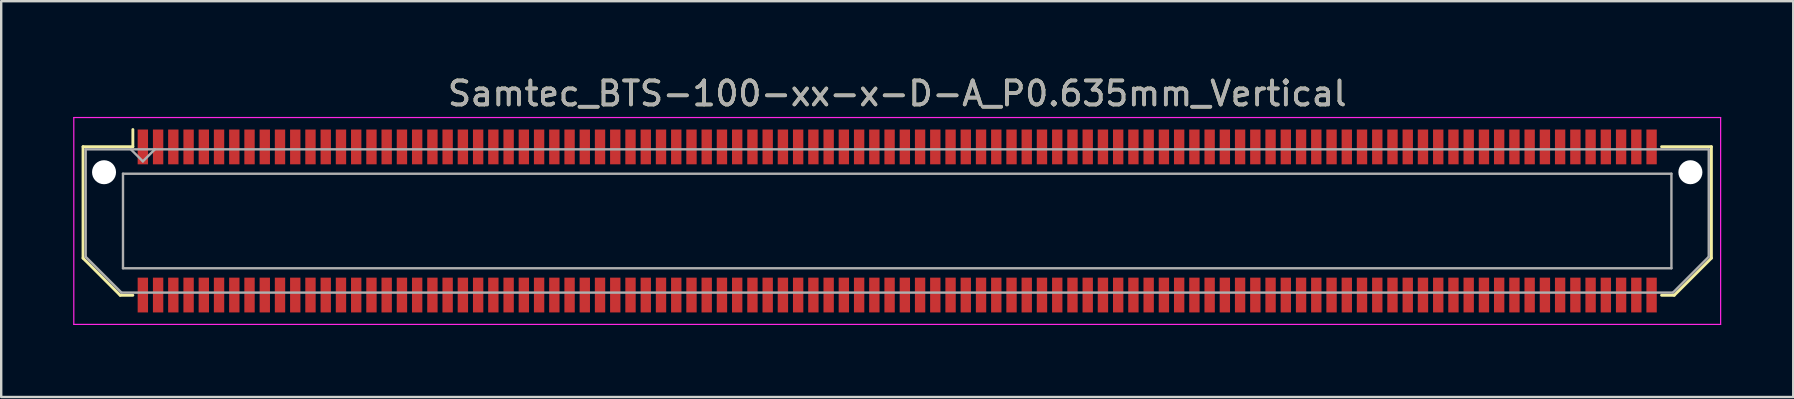
<source format=kicad_pcb>
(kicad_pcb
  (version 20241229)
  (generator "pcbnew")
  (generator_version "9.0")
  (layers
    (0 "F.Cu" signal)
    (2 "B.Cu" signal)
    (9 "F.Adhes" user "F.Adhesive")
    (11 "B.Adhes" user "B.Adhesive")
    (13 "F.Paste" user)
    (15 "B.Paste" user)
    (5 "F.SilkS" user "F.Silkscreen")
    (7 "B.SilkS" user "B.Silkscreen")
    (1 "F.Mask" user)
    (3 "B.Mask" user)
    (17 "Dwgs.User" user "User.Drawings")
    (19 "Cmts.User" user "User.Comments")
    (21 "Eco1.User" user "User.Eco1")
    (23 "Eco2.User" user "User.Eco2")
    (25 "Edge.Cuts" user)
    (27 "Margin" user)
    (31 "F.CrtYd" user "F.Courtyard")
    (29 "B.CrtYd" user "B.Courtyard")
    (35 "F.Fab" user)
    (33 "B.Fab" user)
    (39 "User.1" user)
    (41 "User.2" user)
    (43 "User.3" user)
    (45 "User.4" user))
  (footprint "Samtec_BTS-100-xx-x-D-A_P0.635mm_Vertical"
    (layer "F.Cu")
    (at 34.335 6.158)
    (property "Reference" "Samtec_BTS-100-xx-x-D-A_P0.635mm_Vertical" (at 0 -5.31 0) (layer "F.SilkS") (effects (font (size 1 1) (thickness 0.15))))
    (attr smd)
    (fp_line (start -33.925 -3.095) (end -33.925 1.548) (stroke (width 0.12) (type solid)) (layer "F.SilkS"))
    (fp_line (start -33.925 1.548) (end -32.377 3.095) (stroke (width 0.12) (type solid)) (layer "F.SilkS"))
    (fp_line (start -32.377 3.095) (end -31.849 3.095) (stroke (width 0.12) (type solid)) (layer "F.SilkS"))
    (fp_line (start -31.849 -3.811) (end -31.849 -3.095) (stroke (width 0.12) (type solid)) (layer "F.SilkS"))
    (fp_line (start -31.849 -3.095) (end -33.925 -3.095) (stroke (width 0.12) (type solid)) (layer "F.SilkS"))
    (fp_line (start 31.849 -3.095) (end 33.925 -3.095) (stroke (width 0.12) (type solid)) (layer "F.SilkS"))
    (fp_line (start 32.377 3.095) (end 31.849 3.095) (stroke (width 0.12) (type solid)) (layer "F.SilkS"))
    (fp_line (start 33.925 -3.095) (end 33.925 1.548) (stroke (width 0.12) (type solid)) (layer "F.SilkS"))
    (fp_line (start 33.925 1.548) (end 32.377 3.095) (stroke (width 0.12) (type solid)) (layer "F.SilkS"))
    (fp_line (start -34.31 -4.31) (end -34.31 4.31) (stroke (width 0.05) (type solid)) (layer "F.CrtYd"))
    (fp_line (start -34.31 4.31) (end 34.31 4.31) (stroke (width 0.05) (type solid)) (layer "F.CrtYd"))
    (fp_line (start 34.31 -4.31) (end -34.31 -4.31) (stroke (width 0.05) (type solid)) (layer "F.CrtYd"))
    (fp_line (start 34.31 4.31) (end 34.31 -4.31) (stroke (width 0.05) (type solid)) (layer "F.CrtYd"))
    (fp_line (start -33.815 -2.985) (end -33.815 1.492) (stroke (width 0.1) (type solid)) (layer "F.Fab"))
    (fp_line (start -33.815 -2.985) (end 33.815 -2.985) (stroke (width 0.1) (type solid)) (layer "F.Fab"))
    (fp_line (start -33.815 1.492) (end -32.322 2.985) (stroke (width 0.1) (type solid)) (layer "F.Fab"))
    (fp_line (start -32.322 2.985) (end 32.322 2.985) (stroke (width 0.1) (type solid)) (layer "F.Fab"))
    (fp_line (start -32.26 -1.97) (end -32.26 1.97) (stroke (width 0.1) (type solid)) (layer "F.Fab"))
    (fp_line (start -32.26 1.97) (end 32.26 1.97) (stroke (width 0.1) (type solid)) (layer "F.Fab"))
    (fp_line (start -31.433 -2.485) (end -31.933 -2.985) (stroke (width 0.1) (type solid)) (layer "F.Fab"))
    (fp_line (start -30.933 -2.985) (end -31.433 -2.485) (stroke (width 0.1) (type solid)) (layer "F.Fab"))
    (fp_line (start 32.26 -1.97) (end -32.26 -1.97) (stroke (width 0.1) (type solid)) (layer "F.Fab"))
    (fp_line (start 32.26 1.97) (end 32.26 -1.97) (stroke (width 0.1) (type solid)) (layer "F.Fab"))
    (fp_line (start 33.815 -2.985) (end 33.815 1.492) (stroke (width 0.1) (type solid)) (layer "F.Fab"))
    (fp_line (start 33.815 1.492) (end 32.322 2.985) (stroke (width 0.1) (type solid)) (layer "F.Fab"))
    (fp_text user "${REFERENCE}" (at 0 -5.31 0) (layer "F.Fab") (effects (font (size 1 1) (thickness 0.15))))
    (pad "" np_thru_hole circle (at -33.05 -2.032) (size 1 1) (drill 1) (layers "*.Cu" "*.Mask"))
    (pad "" np_thru_hole circle (at 33.05 -2.032) (size 1 1) (drill 1) (layers "*.Cu" "*.Mask"))
    (pad "1" smd rect (at -31.433 -3.086) (size 0.432 1.45) (layers "F.Cu" "F.Mask" "F.Paste"))
    (pad "2" smd rect (at -31.433 3.086) (size 0.432 1.45) (layers "F.Cu" "F.Mask" "F.Paste"))
    (pad "3" smd rect (at -30.797 -3.086) (size 0.432 1.45) (layers "F.Cu" "F.Mask" "F.Paste"))
    (pad "4" smd rect (at -30.797 3.086) (size 0.432 1.45) (layers "F.Cu" "F.Mask" "F.Paste"))
    (pad "5" smd rect (at -30.163 -3.086) (size 0.432 1.45) (layers "F.Cu" "F.Mask" "F.Paste"))
    (pad "6" smd rect (at -30.163 3.086) (size 0.432 1.45) (layers "F.Cu" "F.Mask" "F.Paste"))
    (pad "7" smd rect (at -29.527 -3.086) (size 0.432 1.45) (layers "F.Cu" "F.Mask" "F.Paste"))
    (pad "8" smd rect (at -29.527 3.086) (size 0.432 1.45) (layers "F.Cu" "F.Mask" "F.Paste"))
    (pad "9" smd rect (at -28.892 -3.086) (size 0.432 1.45) (layers "F.Cu" "F.Mask" "F.Paste"))
    (pad "10" smd rect (at -28.892 3.086) (size 0.432 1.45) (layers "F.Cu" "F.Mask" "F.Paste"))
    (pad "11" smd rect (at -28.258 -3.086) (size 0.432 1.45) (layers "F.Cu" "F.Mask" "F.Paste"))
    (pad "12" smd rect (at -28.258 3.086) (size 0.432 1.45) (layers "F.Cu" "F.Mask" "F.Paste"))
    (pad "13" smd rect (at -27.622 -3.086) (size 0.432 1.45) (layers "F.Cu" "F.Mask" "F.Paste"))
    (pad "14" smd rect (at -27.622 3.086) (size 0.432 1.45) (layers "F.Cu" "F.Mask" "F.Paste"))
    (pad "15" smd rect (at -26.988 -3.086) (size 0.432 1.45) (layers "F.Cu" "F.Mask" "F.Paste"))
    (pad "16" smd rect (at -26.988 3.086) (size 0.432 1.45) (layers "F.Cu" "F.Mask" "F.Paste"))
    (pad "17" smd rect (at -26.352 -3.086) (size 0.432 1.45) (layers "F.Cu" "F.Mask" "F.Paste"))
    (pad "18" smd rect (at -26.352 3.086) (size 0.432 1.45) (layers "F.Cu" "F.Mask" "F.Paste"))
    (pad "19" smd rect (at -25.718 -3.086) (size 0.432 1.45) (layers "F.Cu" "F.Mask" "F.Paste"))
    (pad "20" smd rect (at -25.718 3.086) (size 0.432 1.45) (layers "F.Cu" "F.Mask" "F.Paste"))
    (pad "21" smd rect (at -25.082 -3.086) (size 0.432 1.45) (layers "F.Cu" "F.Mask" "F.Paste"))
    (pad "22" smd rect (at -25.082 3.086) (size 0.432 1.45) (layers "F.Cu" "F.Mask" "F.Paste"))
    (pad "23" smd rect (at -24.448 -3.086) (size 0.432 1.45) (layers "F.Cu" "F.Mask" "F.Paste"))
    (pad "24" smd rect (at -24.448 3.086) (size 0.432 1.45) (layers "F.Cu" "F.Mask" "F.Paste"))
    (pad "25" smd rect (at -23.812 -3.086) (size 0.432 1.45) (layers "F.Cu" "F.Mask" "F.Paste"))
    (pad "26" smd rect (at -23.812 3.086) (size 0.432 1.45) (layers "F.Cu" "F.Mask" "F.Paste"))
    (pad "27" smd rect (at -23.177 -3.086) (size 0.432 1.45) (layers "F.Cu" "F.Mask" "F.Paste"))
    (pad "28" smd rect (at -23.177 3.086) (size 0.432 1.45) (layers "F.Cu" "F.Mask" "F.Paste"))
    (pad "29" smd rect (at -22.543 -3.086) (size 0.432 1.45) (layers "F.Cu" "F.Mask" "F.Paste"))
    (pad "30" smd rect (at -22.543 3.086) (size 0.432 1.45) (layers "F.Cu" "F.Mask" "F.Paste"))
    (pad "31" smd rect (at -21.907 -3.086) (size 0.432 1.45) (layers "F.Cu" "F.Mask" "F.Paste"))
    (pad "32" smd rect (at -21.907 3.086) (size 0.432 1.45) (layers "F.Cu" "F.Mask" "F.Paste"))
    (pad "33" smd rect (at -21.273 -3.086) (size 0.432 1.45) (layers "F.Cu" "F.Mask" "F.Paste"))
    (pad "34" smd rect (at -21.273 3.086) (size 0.432 1.45) (layers "F.Cu" "F.Mask" "F.Paste"))
    (pad "35" smd rect (at -20.637 -3.086) (size 0.432 1.45) (layers "F.Cu" "F.Mask" "F.Paste"))
    (pad "36" smd rect (at -20.637 3.086) (size 0.432 1.45) (layers "F.Cu" "F.Mask" "F.Paste"))
    (pad "37" smd rect (at -20.003 -3.086) (size 0.432 1.45) (layers "F.Cu" "F.Mask" "F.Paste"))
    (pad "38" smd rect (at -20.003 3.086) (size 0.432 1.45) (layers "F.Cu" "F.Mask" "F.Paste"))
    (pad "39" smd rect (at -19.367 -3.086) (size 0.432 1.45) (layers "F.Cu" "F.Mask" "F.Paste"))
    (pad "40" smd rect (at -19.367 3.086) (size 0.432 1.45) (layers "F.Cu" "F.Mask" "F.Paste"))
    (pad "41" smd rect (at -18.733 -3.086) (size 0.432 1.45) (layers "F.Cu" "F.Mask" "F.Paste"))
    (pad "42" smd rect (at -18.733 3.086) (size 0.432 1.45) (layers "F.Cu" "F.Mask" "F.Paste"))
    (pad "43" smd rect (at -18.098 -3.086) (size 0.432 1.45) (layers "F.Cu" "F.Mask" "F.Paste"))
    (pad "44" smd rect (at -18.098 3.086) (size 0.432 1.45) (layers "F.Cu" "F.Mask" "F.Paste"))
    (pad "45" smd rect (at -17.462 -3.086) (size 0.432 1.45) (layers "F.Cu" "F.Mask" "F.Paste"))
    (pad "46" smd rect (at -17.462 3.086) (size 0.432 1.45) (layers "F.Cu" "F.Mask" "F.Paste"))
    (pad "47" smd rect (at -16.828 -3.086) (size 0.432 1.45) (layers "F.Cu" "F.Mask" "F.Paste"))
    (pad "48" smd rect (at -16.828 3.086) (size 0.432 1.45) (layers "F.Cu" "F.Mask" "F.Paste"))
    (pad "49" smd rect (at -16.192 -3.086) (size 0.432 1.45) (layers "F.Cu" "F.Mask" "F.Paste"))
    (pad "50" smd rect (at -16.192 3.086) (size 0.432 1.45) (layers "F.Cu" "F.Mask" "F.Paste"))
    (pad "51" smd rect (at -15.557 -3.086) (size 0.432 1.45) (layers "F.Cu" "F.Mask" "F.Paste"))
    (pad "52" smd rect (at -15.557 3.086) (size 0.432 1.45) (layers "F.Cu" "F.Mask" "F.Paste"))
    (pad "53" smd rect (at -14.922 -3.086) (size 0.432 1.45) (layers "F.Cu" "F.Mask" "F.Paste"))
    (pad "54" smd rect (at -14.922 3.086) (size 0.432 1.45) (layers "F.Cu" "F.Mask" "F.Paste"))
    (pad "55" smd rect (at -14.287 -3.086) (size 0.432 1.45) (layers "F.Cu" "F.Mask" "F.Paste"))
    (pad "56" smd rect (at -14.287 3.086) (size 0.432 1.45) (layers "F.Cu" "F.Mask" "F.Paste"))
    (pad "57" smd rect (at -13.652 -3.086) (size 0.432 1.45) (layers "F.Cu" "F.Mask" "F.Paste"))
    (pad "58" smd rect (at -13.652 3.086) (size 0.432 1.45) (layers "F.Cu" "F.Mask" "F.Paste"))
    (pad "59" smd rect (at -13.018 -3.086) (size 0.432 1.45) (layers "F.Cu" "F.Mask" "F.Paste"))
    (pad "60" smd rect (at -13.018 3.086) (size 0.432 1.45) (layers "F.Cu" "F.Mask" "F.Paste"))
    (pad "61" smd rect (at -12.383 -3.086) (size 0.432 1.45) (layers "F.Cu" "F.Mask" "F.Paste"))
    (pad "62" smd rect (at -12.383 3.086) (size 0.432 1.45) (layers "F.Cu" "F.Mask" "F.Paste"))
    (pad "63" smd rect (at -11.748 -3.086) (size 0.432 1.45) (layers "F.Cu" "F.Mask" "F.Paste"))
    (pad "64" smd rect (at -11.748 3.086) (size 0.432 1.45) (layers "F.Cu" "F.Mask" "F.Paste"))
    (pad "65" smd rect (at -11.113 -3.086) (size 0.432 1.45) (layers "F.Cu" "F.Mask" "F.Paste"))
    (pad "66" smd rect (at -11.113 3.086) (size 0.432 1.45) (layers "F.Cu" "F.Mask" "F.Paste"))
    (pad "67" smd rect (at -10.477 -3.086) (size 0.432 1.45) (layers "F.Cu" "F.Mask" "F.Paste"))
    (pad "68" smd rect (at -10.477 3.086) (size 0.432 1.45) (layers "F.Cu" "F.Mask" "F.Paste"))
    (pad "69" smd rect (at -9.842 -3.086) (size 0.432 1.45) (layers "F.Cu" "F.Mask" "F.Paste"))
    (pad "70" smd rect (at -9.842 3.086) (size 0.432 1.45) (layers "F.Cu" "F.Mask" "F.Paste"))
    (pad "71" smd rect (at -9.207 -3.086) (size 0.432 1.45) (layers "F.Cu" "F.Mask" "F.Paste"))
    (pad "72" smd rect (at -9.207 3.086) (size 0.432 1.45) (layers "F.Cu" "F.Mask" "F.Paste"))
    (pad "73" smd rect (at -8.572 -3.086) (size 0.432 1.45) (layers "F.Cu" "F.Mask" "F.Paste"))
    (pad "74" smd rect (at -8.572 3.086) (size 0.432 1.45) (layers "F.Cu" "F.Mask" "F.Paste"))
    (pad "75" smd rect (at -7.938 -3.086) (size 0.432 1.45) (layers "F.Cu" "F.Mask" "F.Paste"))
    (pad "76" smd rect (at -7.938 3.086) (size 0.432 1.45) (layers "F.Cu" "F.Mask" "F.Paste"))
    (pad "77" smd rect (at -7.303 -3.086) (size 0.432 1.45) (layers "F.Cu" "F.Mask" "F.Paste"))
    (pad "78" smd rect (at -7.303 3.086) (size 0.432 1.45) (layers "F.Cu" "F.Mask" "F.Paste"))
    (pad "79" smd rect (at -6.668 -3.086) (size 0.432 1.45) (layers "F.Cu" "F.Mask" "F.Paste"))
    (pad "80" smd rect (at -6.668 3.086) (size 0.432 1.45) (layers "F.Cu" "F.Mask" "F.Paste"))
    (pad "81" smd rect (at -6.032 -3.086) (size 0.432 1.45) (layers "F.Cu" "F.Mask" "F.Paste"))
    (pad "82" smd rect (at -6.032 3.086) (size 0.432 1.45) (layers "F.Cu" "F.Mask" "F.Paste"))
    (pad "83" smd rect (at -5.397 -3.086) (size 0.432 1.45) (layers "F.Cu" "F.Mask" "F.Paste"))
    (pad "84" smd rect (at -5.397 3.086) (size 0.432 1.45) (layers "F.Cu" "F.Mask" "F.Paste"))
    (pad "85" smd rect (at -4.763 -3.086) (size 0.432 1.45) (layers "F.Cu" "F.Mask" "F.Paste"))
    (pad "86" smd rect (at -4.763 3.086) (size 0.432 1.45) (layers "F.Cu" "F.Mask" "F.Paste"))
    (pad "87" smd rect (at -4.128 -3.086) (size 0.432 1.45) (layers "F.Cu" "F.Mask" "F.Paste"))
    (pad "88" smd rect (at -4.128 3.086) (size 0.432 1.45) (layers "F.Cu" "F.Mask" "F.Paste"))
    (pad "89" smd rect (at -3.493 -3.086) (size 0.432 1.45) (layers "F.Cu" "F.Mask" "F.Paste"))
    (pad "90" smd rect (at -3.493 3.086) (size 0.432 1.45) (layers "F.Cu" "F.Mask" "F.Paste"))
    (pad "91" smd rect (at -2.857 -3.086) (size 0.432 1.45) (layers "F.Cu" "F.Mask" "F.Paste"))
    (pad "92" smd rect (at -2.857 3.086) (size 0.432 1.45) (layers "F.Cu" "F.Mask" "F.Paste"))
    (pad "93" smd rect (at -2.223 -3.086) (size 0.432 1.45) (layers "F.Cu" "F.Mask" "F.Paste"))
    (pad "94" smd rect (at -2.223 3.086) (size 0.432 1.45) (layers "F.Cu" "F.Mask" "F.Paste"))
    (pad "95" smd rect (at -1.587 -3.086) (size 0.432 1.45) (layers "F.Cu" "F.Mask" "F.Paste"))
    (pad "96" smd rect (at -1.587 3.086) (size 0.432 1.45) (layers "F.Cu" "F.Mask" "F.Paste"))
    (pad "97" smd rect (at -0.953 -3.086) (size 0.432 1.45) (layers "F.Cu" "F.Mask" "F.Paste"))
    (pad "98" smd rect (at -0.953 3.086) (size 0.432 1.45) (layers "F.Cu" "F.Mask" "F.Paste"))
    (pad "99" smd rect (at -0.318 -3.086) (size 0.432 1.45) (layers "F.Cu" "F.Mask" "F.Paste"))
    (pad "100" smd rect (at -0.318 3.086) (size 0.432 1.45) (layers "F.Cu" "F.Mask" "F.Paste"))
    (pad "101" smd rect (at 0.318 -3.086) (size 0.432 1.45) (layers "F.Cu" "F.Mask" "F.Paste"))
    (pad "102" smd rect (at 0.318 3.086) (size 0.432 1.45) (layers "F.Cu" "F.Mask" "F.Paste"))
    (pad "103" smd rect (at 0.953 -3.086) (size 0.432 1.45) (layers "F.Cu" "F.Mask" "F.Paste"))
    (pad "104" smd rect (at 0.953 3.086) (size 0.432 1.45) (layers "F.Cu" "F.Mask" "F.Paste"))
    (pad "105" smd rect (at 1.587 -3.086) (size 0.432 1.45) (layers "F.Cu" "F.Mask" "F.Paste"))
    (pad "106" smd rect (at 1.587 3.086) (size 0.432 1.45) (layers "F.Cu" "F.Mask" "F.Paste"))
    (pad "107" smd rect (at 2.223 -3.086) (size 0.432 1.45) (layers "F.Cu" "F.Mask" "F.Paste"))
    (pad "108" smd rect (at 2.223 3.086) (size 0.432 1.45) (layers "F.Cu" "F.Mask" "F.Paste"))
    (pad "109" smd rect (at 2.857 -3.086) (size 0.432 1.45) (layers "F.Cu" "F.Mask" "F.Paste"))
    (pad "110" smd rect (at 2.857 3.086) (size 0.432 1.45) (layers "F.Cu" "F.Mask" "F.Paste"))
    (pad "111" smd rect (at 3.493 -3.086) (size 0.432 1.45) (layers "F.Cu" "F.Mask" "F.Paste"))
    (pad "112" smd rect (at 3.493 3.086) (size 0.432 1.45) (layers "F.Cu" "F.Mask" "F.Paste"))
    (pad "113" smd rect (at 4.128 -3.086) (size 0.432 1.45) (layers "F.Cu" "F.Mask" "F.Paste"))
    (pad "114" smd rect (at 4.128 3.086) (size 0.432 1.45) (layers "F.Cu" "F.Mask" "F.Paste"))
    (pad "115" smd rect (at 4.763 -3.086) (size 0.432 1.45) (layers "F.Cu" "F.Mask" "F.Paste"))
    (pad "116" smd rect (at 4.763 3.086) (size 0.432 1.45) (layers "F.Cu" "F.Mask" "F.Paste"))
    (pad "117" smd rect (at 5.397 -3.086) (size 0.432 1.45) (layers "F.Cu" "F.Mask" "F.Paste"))
    (pad "118" smd rect (at 5.397 3.086) (size 0.432 1.45) (layers "F.Cu" "F.Mask" "F.Paste"))
    (pad "119" smd rect (at 6.032 -3.086) (size 0.432 1.45) (layers "F.Cu" "F.Mask" "F.Paste"))
    (pad "120" smd rect (at 6.032 3.086) (size 0.432 1.45) (layers "F.Cu" "F.Mask" "F.Paste"))
    (pad "121" smd rect (at 6.668 -3.086) (size 0.432 1.45) (layers "F.Cu" "F.Mask" "F.Paste"))
    (pad "122" smd rect (at 6.668 3.086) (size 0.432 1.45) (layers "F.Cu" "F.Mask" "F.Paste"))
    (pad "123" smd rect (at 7.303 -3.086) (size 0.432 1.45) (layers "F.Cu" "F.Mask" "F.Paste"))
    (pad "124" smd rect (at 7.303 3.086) (size 0.432 1.45) (layers "F.Cu" "F.Mask" "F.Paste"))
    (pad "125" smd rect (at 7.938 -3.086) (size 0.432 1.45) (layers "F.Cu" "F.Mask" "F.Paste"))
    (pad "126" smd rect (at 7.938 3.086) (size 0.432 1.45) (layers "F.Cu" "F.Mask" "F.Paste"))
    (pad "127" smd rect (at 8.572 -3.086) (size 0.432 1.45) (layers "F.Cu" "F.Mask" "F.Paste"))
    (pad "128" smd rect (at 8.572 3.086) (size 0.432 1.45) (layers "F.Cu" "F.Mask" "F.Paste"))
    (pad "129" smd rect (at 9.207 -3.086) (size 0.432 1.45) (layers "F.Cu" "F.Mask" "F.Paste"))
    (pad "130" smd rect (at 9.207 3.086) (size 0.432 1.45) (layers "F.Cu" "F.Mask" "F.Paste"))
    (pad "131" smd rect (at 9.842 -3.086) (size 0.432 1.45) (layers "F.Cu" "F.Mask" "F.Paste"))
    (pad "132" smd rect (at 9.842 3.086) (size 0.432 1.45) (layers "F.Cu" "F.Mask" "F.Paste"))
    (pad "133" smd rect (at 10.477 -3.086) (size 0.432 1.45) (layers "F.Cu" "F.Mask" "F.Paste"))
    (pad "134" smd rect (at 10.477 3.086) (size 0.432 1.45) (layers "F.Cu" "F.Mask" "F.Paste"))
    (pad "135" smd rect (at 11.113 -3.086) (size 0.432 1.45) (layers "F.Cu" "F.Mask" "F.Paste"))
    (pad "136" smd rect (at 11.113 3.086) (size 0.432 1.45) (layers "F.Cu" "F.Mask" "F.Paste"))
    (pad "137" smd rect (at 11.748 -3.086) (size 0.432 1.45) (layers "F.Cu" "F.Mask" "F.Paste"))
    (pad "138" smd rect (at 11.748 3.086) (size 0.432 1.45) (layers "F.Cu" "F.Mask" "F.Paste"))
    (pad "139" smd rect (at 12.383 -3.086) (size 0.432 1.45) (layers "F.Cu" "F.Mask" "F.Paste"))
    (pad "140" smd rect (at 12.383 3.086) (size 0.432 1.45) (layers "F.Cu" "F.Mask" "F.Paste"))
    (pad "141" smd rect (at 13.018 -3.086) (size 0.432 1.45) (layers "F.Cu" "F.Mask" "F.Paste"))
    (pad "142" smd rect (at 13.018 3.086) (size 0.432 1.45) (layers "F.Cu" "F.Mask" "F.Paste"))
    (pad "143" smd rect (at 13.652 -3.086) (size 0.432 1.45) (layers "F.Cu" "F.Mask" "F.Paste"))
    (pad "144" smd rect (at 13.652 3.086) (size 0.432 1.45) (layers "F.Cu" "F.Mask" "F.Paste"))
    (pad "145" smd rect (at 14.287 -3.086) (size 0.432 1.45) (layers "F.Cu" "F.Mask" "F.Paste"))
    (pad "146" smd rect (at 14.287 3.086) (size 0.432 1.45) (layers "F.Cu" "F.Mask" "F.Paste"))
    (pad "147" smd rect (at 14.922 -3.086) (size 0.432 1.45) (layers "F.Cu" "F.Mask" "F.Paste"))
    (pad "148" smd rect (at 14.922 3.086) (size 0.432 1.45) (layers "F.Cu" "F.Mask" "F.Paste"))
    (pad "149" smd rect (at 15.557 -3.086) (size 0.432 1.45) (layers "F.Cu" "F.Mask" "F.Paste"))
    (pad "150" smd rect (at 15.557 3.086) (size 0.432 1.45) (layers "F.Cu" "F.Mask" "F.Paste"))
    (pad "151" smd rect (at 16.192 -3.086) (size 0.432 1.45) (layers "F.Cu" "F.Mask" "F.Paste"))
    (pad "152" smd rect (at 16.192 3.086) (size 0.432 1.45) (layers "F.Cu" "F.Mask" "F.Paste"))
    (pad "153" smd rect (at 16.828 -3.086) (size 0.432 1.45) (layers "F.Cu" "F.Mask" "F.Paste"))
    (pad "154" smd rect (at 16.828 3.086) (size 0.432 1.45) (layers "F.Cu" "F.Mask" "F.Paste"))
    (pad "155" smd rect (at 17.462 -3.086) (size 0.432 1.45) (layers "F.Cu" "F.Mask" "F.Paste"))
    (pad "156" smd rect (at 17.462 3.086) (size 0.432 1.45) (layers "F.Cu" "F.Mask" "F.Paste"))
    (pad "157" smd rect (at 18.098 -3.086) (size 0.432 1.45) (layers "F.Cu" "F.Mask" "F.Paste"))
    (pad "158" smd rect (at 18.098 3.086) (size 0.432 1.45) (layers "F.Cu" "F.Mask" "F.Paste"))
    (pad "159" smd rect (at 18.733 -3.086) (size 0.432 1.45) (layers "F.Cu" "F.Mask" "F.Paste"))
    (pad "160" smd rect (at 18.733 3.086) (size 0.432 1.45) (layers "F.Cu" "F.Mask" "F.Paste"))
    (pad "161" smd rect (at 19.367 -3.086) (size 0.432 1.45) (layers "F.Cu" "F.Mask" "F.Paste"))
    (pad "162" smd rect (at 19.367 3.086) (size 0.432 1.45) (layers "F.Cu" "F.Mask" "F.Paste"))
    (pad "163" smd rect (at 20.003 -3.086) (size 0.432 1.45) (layers "F.Cu" "F.Mask" "F.Paste"))
    (pad "164" smd rect (at 20.003 3.086) (size 0.432 1.45) (layers "F.Cu" "F.Mask" "F.Paste"))
    (pad "165" smd rect (at 20.637 -3.086) (size 0.432 1.45) (layers "F.Cu" "F.Mask" "F.Paste"))
    (pad "166" smd rect (at 20.637 3.086) (size 0.432 1.45) (layers "F.Cu" "F.Mask" "F.Paste"))
    (pad "167" smd rect (at 21.273 -3.086) (size 0.432 1.45) (layers "F.Cu" "F.Mask" "F.Paste"))
    (pad "168" smd rect (at 21.273 3.086) (size 0.432 1.45) (layers "F.Cu" "F.Mask" "F.Paste"))
    (pad "169" smd rect (at 21.907 -3.086) (size 0.432 1.45) (layers "F.Cu" "F.Mask" "F.Paste"))
    (pad "170" smd rect (at 21.907 3.086) (size 0.432 1.45) (layers "F.Cu" "F.Mask" "F.Paste"))
    (pad "171" smd rect (at 22.543 -3.086) (size 0.432 1.45) (layers "F.Cu" "F.Mask" "F.Paste"))
    (pad "172" smd rect (at 22.543 3.086) (size 0.432 1.45) (layers "F.Cu" "F.Mask" "F.Paste"))
    (pad "173" smd rect (at 23.177 -3.086) (size 0.432 1.45) (layers "F.Cu" "F.Mask" "F.Paste"))
    (pad "174" smd rect (at 23.177 3.086) (size 0.432 1.45) (layers "F.Cu" "F.Mask" "F.Paste"))
    (pad "175" smd rect (at 23.812 -3.086) (size 0.432 1.45) (layers "F.Cu" "F.Mask" "F.Paste"))
    (pad "176" smd rect (at 23.812 3.086) (size 0.432 1.45) (layers "F.Cu" "F.Mask" "F.Paste"))
    (pad "177" smd rect (at 24.448 -3.086) (size 0.432 1.45) (layers "F.Cu" "F.Mask" "F.Paste"))
    (pad "178" smd rect (at 24.448 3.086) (size 0.432 1.45) (layers "F.Cu" "F.Mask" "F.Paste"))
    (pad "179" smd rect (at 25.082 -3.086) (size 0.432 1.45) (layers "F.Cu" "F.Mask" "F.Paste"))
    (pad "180" smd rect (at 25.082 3.086) (size 0.432 1.45) (layers "F.Cu" "F.Mask" "F.Paste"))
    (pad "181" smd rect (at 25.718 -3.086) (size 0.432 1.45) (layers "F.Cu" "F.Mask" "F.Paste"))
    (pad "182" smd rect (at 25.718 3.086) (size 0.432 1.45) (layers "F.Cu" "F.Mask" "F.Paste"))
    (pad "183" smd rect (at 26.352 -3.086) (size 0.432 1.45) (layers "F.Cu" "F.Mask" "F.Paste"))
    (pad "184" smd rect (at 26.352 3.086) (size 0.432 1.45) (layers "F.Cu" "F.Mask" "F.Paste"))
    (pad "185" smd rect (at 26.988 -3.086) (size 0.432 1.45) (layers "F.Cu" "F.Mask" "F.Paste"))
    (pad "186" smd rect (at 26.988 3.086) (size 0.432 1.45) (layers "F.Cu" "F.Mask" "F.Paste"))
    (pad "187" smd rect (at 27.622 -3.086) (size 0.432 1.45) (layers "F.Cu" "F.Mask" "F.Paste"))
    (pad "188" smd rect (at 27.622 3.086) (size 0.432 1.45) (layers "F.Cu" "F.Mask" "F.Paste"))
    (pad "189" smd rect (at 28.258 -3.086) (size 0.432 1.45) (layers "F.Cu" "F.Mask" "F.Paste"))
    (pad "190" smd rect (at 28.258 3.086) (size 0.432 1.45) (layers "F.Cu" "F.Mask" "F.Paste"))
    (pad "191" smd rect (at 28.892 -3.086) (size 0.432 1.45) (layers "F.Cu" "F.Mask" "F.Paste"))
    (pad "192" smd rect (at 28.892 3.086) (size 0.432 1.45) (layers "F.Cu" "F.Mask" "F.Paste"))
    (pad "193" smd rect (at 29.527 -3.086) (size 0.432 1.45) (layers "F.Cu" "F.Mask" "F.Paste"))
    (pad "194" smd rect (at 29.527 3.086) (size 0.432 1.45) (layers "F.Cu" "F.Mask" "F.Paste"))
    (pad "195" smd rect (at 30.163 -3.086) (size 0.432 1.45) (layers "F.Cu" "F.Mask" "F.Paste"))
    (pad "196" smd rect (at 30.163 3.086) (size 0.432 1.45) (layers "F.Cu" "F.Mask" "F.Paste"))
    (pad "197" smd rect (at 30.797 -3.086) (size 0.432 1.45) (layers "F.Cu" "F.Mask" "F.Paste"))
    (pad "198" smd rect (at 30.797 3.086) (size 0.432 1.45) (layers "F.Cu" "F.Mask" "F.Paste"))
    (pad "199" smd rect (at 31.433 -3.086) (size 0.432 1.45) (layers "F.Cu" "F.Mask" "F.Paste"))
    (pad "200" smd rect (at 31.433 3.086) (size 0.432 1.45) (layers "F.Cu" "F.Mask" "F.Paste")))
  (gr_rect
    (start -3 -3)
    (end 71.67 13.493)
    (stroke (width 0.1) (type default))
    (fill no)
    (layer "Edge.Cuts")))
</source>
